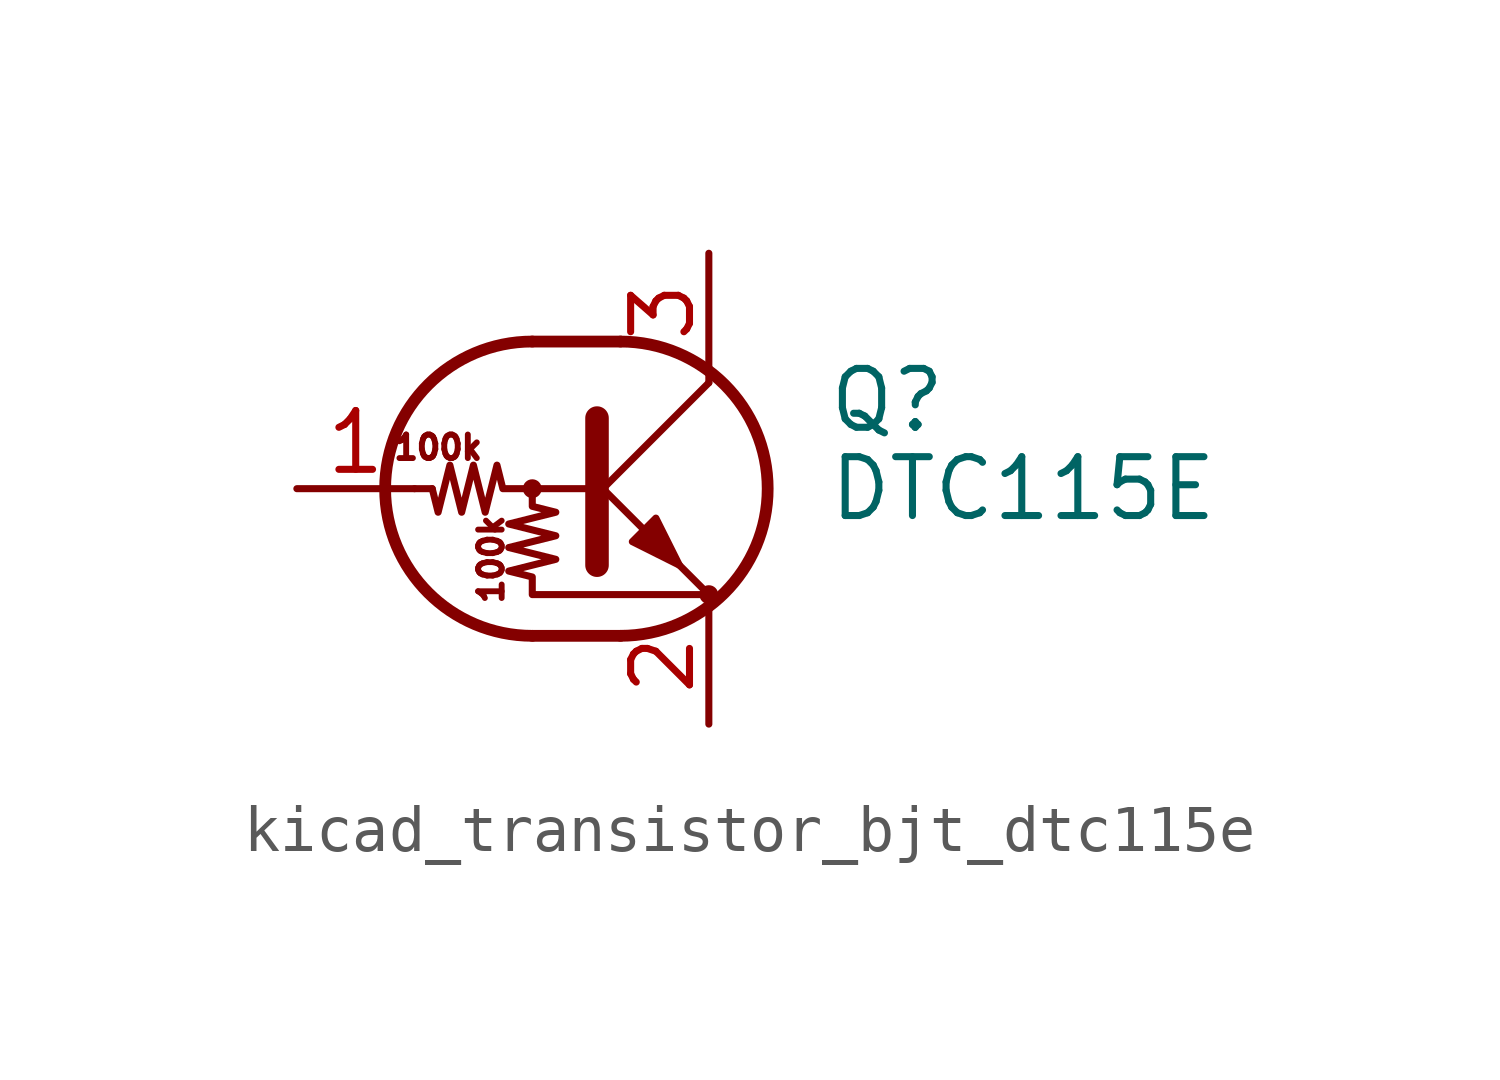
<source format=kicad_sym>
(kicad_symbol_lib
  (version 20220914)
  (generator kicad_symbol_editor)
  (symbol "kicad_transistor_bjt_dtc115e"
    (pin_names
      (offset 0) hide)
    (property "Reference" "Q"
      (at 5.08 1.905 0)
      (effects (font (size 1.27 1.27)) (justify left)))
    (property "Value" "DTC115E"
      (at 5.08 0 0)
      (effects (font (size 1.27 1.27)) (justify left)))
    (symbol "kicad_transistor_bjt_dtc115e_0_0"
      (text "100k" (at -3.302 0.889 0) (effects (font (size 0.508 0.508))))
      (text "100k" (at -2.159 -1.524 900) (effects (font (size 0.508 0.508)))))
    (symbol "kicad_transistor_bjt_dtc115e_0_1"
      (circle (center -1.27 0) (radius 0.127) (stroke (width 0) (type default)) (fill (type none)))
      (arc (start -1.27 3.175) (mid -4.4312 0) (end -1.27 -3.175) (stroke (width 0.254) (type default)) (fill (type none)))
      (polyline (pts (xy -3.429 0) (xy -3.81 0)) (stroke (width 0) (type default)) (fill (type none)))
      (polyline (pts (xy -1.27 -3.175) (xy 0.635 -3.175)) (stroke (width 0.254) (type default)) (fill (type none)))
      (polyline (pts (xy -1.27 3.175) (xy 0.635 3.175)) (stroke (width 0.254) (type default)) (fill (type none)))
      (polyline (pts (xy 0 -0.254) (xy 2.54 2.286)) (stroke (width 0) (type default)) (fill (type none)))
      (polyline (pts (xy 0.127 1.524) (xy 0.127 -1.651)) (stroke (width 0.508) (type default)) (fill (type outline)))
      (polyline (pts (xy 2.54 2.286) (xy 2.54 2.54)) (stroke (width 0) (type default)) (fill (type none)))
      (polyline (pts (xy 2.54 -2.286) (xy 0 0.254) (xy 0 0.254)) (stroke (width 0) (type default)) (fill (type none)))
      (polyline (pts (xy 0.889 -1.143) (xy 1.397 -0.635) (xy 1.905 -1.651) (xy 0.889 -1.143)) (stroke (width 0) (type default)) (fill (type outline)))
      (polyline (pts (xy 0 0) (xy -1.905 0) (xy -2.032 0.508) (xy -2.286 -0.508) (xy -2.54 0.508) (xy -2.794 -0.508) (xy -3.048 0.508) (xy -3.302 -0.508) (xy -3.429 0)) (stroke (width 0) (type default)) (fill (type none)))
      (polyline (pts (xy -1.27 0) (xy -1.27 -0.381) (xy -0.762 -0.508) (xy -1.778 -0.762) (xy -0.762 -1.016) (xy -1.778 -1.27) (xy -0.762 -1.524) (xy -1.778 -1.778) (xy -1.27 -1.905) (xy -1.27 -2.286) (xy 2.54 -2.286)) (stroke (width 0) (type default)) (fill (type none)))
      (arc (start 0.635 -3.175) (mid 3.7962 0) (end 0.635 3.175) (stroke (width 0.254) (type default)) (fill (type none)))
      (circle (center 2.54 -2.286) (radius 0.127) (stroke (width 0) (type default)) (fill (type none))))
    (symbol "kicad_transistor_bjt_dtc115e_1_1"
      (pin input line (at -6.35 0 0) (length 2.54) (name "B" (effects (font (size 1.27 1.27)))) (number "1" (effects (font (size 1.27 1.27)))))
      (pin passive line (at 2.54 -5.08 90) (length 2.54) (name "E" (effects (font (size 1.27 1.27)))) (number "2" (effects (font (size 1.27 1.27)))))
      (pin passive line (at 2.54 5.08 270) (length 2.54) (name "C" (effects (font (size 1.27 1.27)))) (number "3" (effects (font (size 1.27 1.27))))))))
</source>
